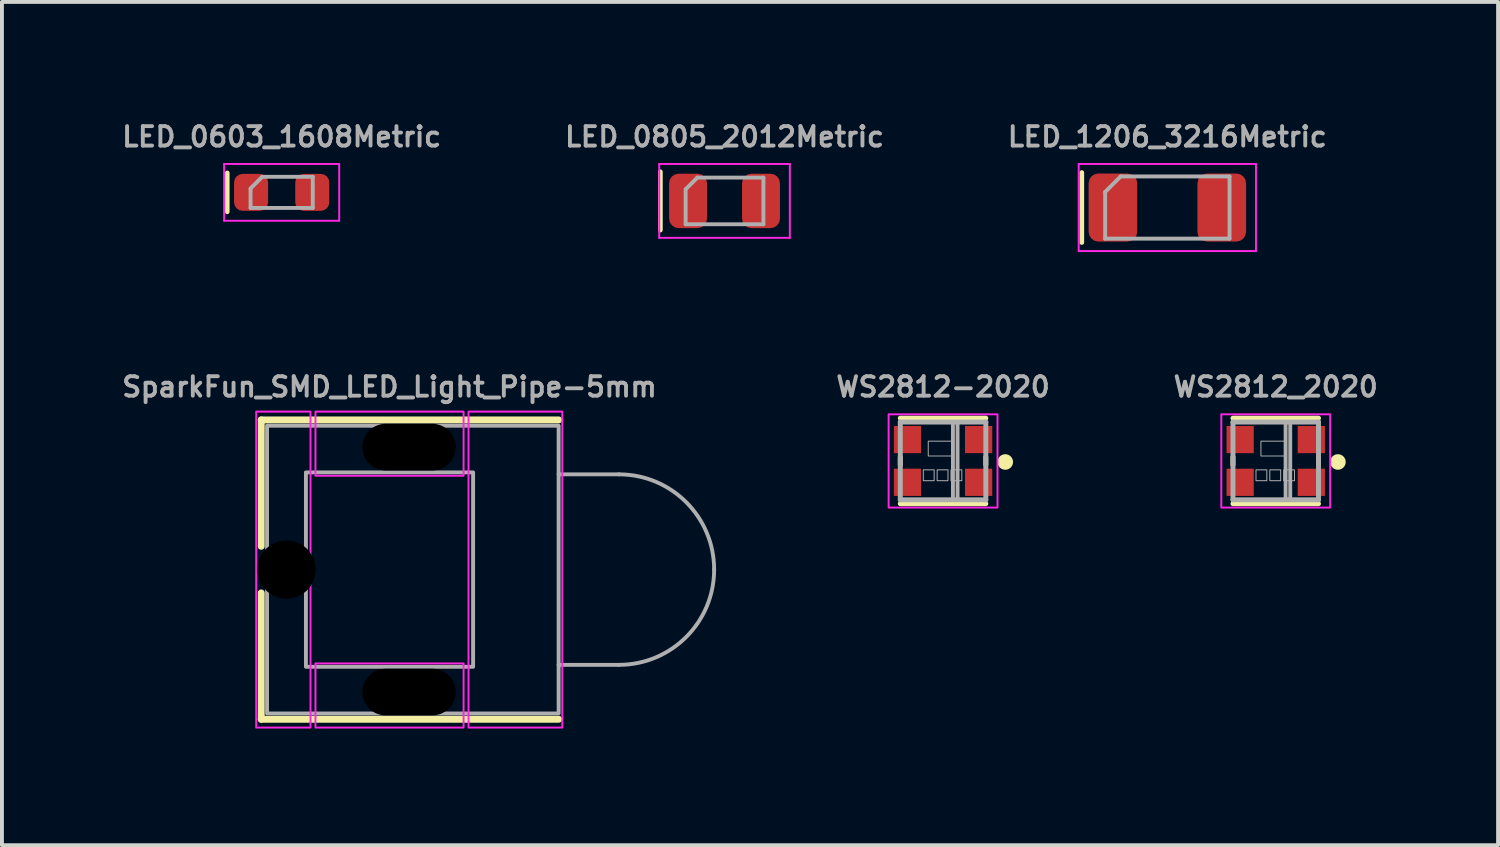
<source format=kicad_pcb>
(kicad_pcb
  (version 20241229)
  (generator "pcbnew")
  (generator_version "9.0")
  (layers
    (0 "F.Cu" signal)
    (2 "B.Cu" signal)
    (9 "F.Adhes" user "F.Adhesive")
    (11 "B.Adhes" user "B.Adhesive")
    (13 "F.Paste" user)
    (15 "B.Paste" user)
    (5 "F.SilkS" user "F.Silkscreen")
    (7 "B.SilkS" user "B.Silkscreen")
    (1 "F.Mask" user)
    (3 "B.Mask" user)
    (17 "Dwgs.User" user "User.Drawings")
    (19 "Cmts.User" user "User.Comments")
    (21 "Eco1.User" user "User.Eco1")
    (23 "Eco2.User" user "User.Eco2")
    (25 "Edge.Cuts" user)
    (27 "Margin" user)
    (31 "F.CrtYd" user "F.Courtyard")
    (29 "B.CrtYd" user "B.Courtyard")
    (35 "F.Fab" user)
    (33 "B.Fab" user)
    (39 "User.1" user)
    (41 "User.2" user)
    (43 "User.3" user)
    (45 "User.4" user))
  (footprint "LED_0603_1608Metric"
    (layer "F.Cu")
    (at 4.195 1.898)
    (property "Reference" "LED_0603_1608Metric" (at 0 -1.43 0) (layer "F.Fab") (effects (font (size 0.5 0.5) (thickness 0.1))))
    (attr smd)
    (fp_line (start -1.4 -0.5) (end -1.4 0.5) (stroke (width 0.12) (type solid)) (layer "F.SilkS"))
    (fp_line (start -1.48 -0.73) (end 1.48 -0.73) (stroke (width 0.05) (type solid)) (layer "F.CrtYd"))
    (fp_line (start -1.48 0.73) (end -1.48 -0.73) (stroke (width 0.05) (type solid)) (layer "F.CrtYd"))
    (fp_line (start 1.48 -0.73) (end 1.48 0.73) (stroke (width 0.05) (type solid)) (layer "F.CrtYd"))
    (fp_line (start 1.48 0.73) (end -1.48 0.73) (stroke (width 0.05) (type solid)) (layer "F.CrtYd"))
    (fp_line (start -0.8 -0.1) (end -0.8 0.4) (stroke (width 0.1) (type solid)) (layer "F.Fab"))
    (fp_line (start -0.8 0.4) (end 0.8 0.4) (stroke (width 0.1) (type solid)) (layer "F.Fab"))
    (fp_line (start -0.5 -0.4) (end -0.8 -0.1) (stroke (width 0.1) (type solid)) (layer "F.Fab"))
    (fp_line (start 0.8 -0.4) (end -0.5 -0.4) (stroke (width 0.1) (type solid)) (layer "F.Fab"))
    (fp_line (start 0.8 0.4) (end 0.8 -0.4) (stroke (width 0.1) (type solid)) (layer "F.Fab"))
    (pad "1" smd roundrect (at -0.787 0) (size 0.875 0.95) (layers "F.Cu" "F.Mask" "F.Paste") (roundrect_rratio 0.25))
    (pad "2" smd roundrect (at 0.787 0) (size 0.875 0.95) (layers "F.Cu" "F.Mask" "F.Paste") (roundrect_rratio 0.25)))
  (footprint "LED_0805_2012Metric"
    (layer "F.Cu")
    (at 15.586 2.118)
    (property "Reference" "LED_0805_2012Metric" (at 0 -1.65 0) (layer "F.Fab") (effects (font (size 0.5 0.5) (thickness 0.1))))
    (attr smd)
    (fp_line (start -1.65 -0.75) (end -1.65 0.75) (stroke (width 0.12) (type solid)) (layer "F.SilkS"))
    (fp_line (start -1.68 -0.95) (end 1.68 -0.95) (stroke (width 0.05) (type solid)) (layer "F.CrtYd"))
    (fp_line (start -1.68 0.95) (end -1.68 -0.95) (stroke (width 0.05) (type solid)) (layer "F.CrtYd"))
    (fp_line (start 1.68 -0.95) (end 1.68 0.95) (stroke (width 0.05) (type solid)) (layer "F.CrtYd"))
    (fp_line (start 1.68 0.95) (end -1.68 0.95) (stroke (width 0.05) (type solid)) (layer "F.CrtYd"))
    (fp_line (start -1 -0.3) (end -1 0.6) (stroke (width 0.1) (type solid)) (layer "F.Fab"))
    (fp_line (start -1 0.6) (end 1 0.6) (stroke (width 0.1) (type solid)) (layer "F.Fab"))
    (fp_line (start -0.7 -0.6) (end -1 -0.3) (stroke (width 0.1) (type solid)) (layer "F.Fab"))
    (fp_line (start 1 -0.6) (end -0.7 -0.6) (stroke (width 0.1) (type solid)) (layer "F.Fab"))
    (fp_line (start 1 0.6) (end 1 -0.6) (stroke (width 0.1) (type solid)) (layer "F.Fab"))
    (pad "1" smd roundrect (at -0.938 0) (size 0.975 1.4) (layers "F.Cu" "F.Mask" "F.Paste") (roundrect_rratio 0.25))
    (pad "2" smd roundrect (at 0.938 0) (size 0.975 1.4) (layers "F.Cu" "F.Mask" "F.Paste") (roundrect_rratio 0.25)))
  (footprint "LED_1206_3216Metric"
    (layer "F.Cu")
    (at 26.976 2.288)
    (property "Reference" "LED_1206_3216Metric" (at 0 -1.82 0) (layer "F.Fab") (effects (font (size 0.5 0.5) (thickness 0.1))))
    (attr smd)
    (fp_line (start -2.2 -0.9) (end -2.2 0.9) (stroke (width 0.12) (type solid)) (layer "F.SilkS"))
    (fp_line (start -2.28 -1.12) (end 2.28 -1.12) (stroke (width 0.05) (type solid)) (layer "F.CrtYd"))
    (fp_line (start -2.28 1.12) (end -2.28 -1.12) (stroke (width 0.05) (type solid)) (layer "F.CrtYd"))
    (fp_line (start 2.28 -1.12) (end 2.28 1.12) (stroke (width 0.05) (type solid)) (layer "F.CrtYd"))
    (fp_line (start 2.28 1.12) (end -2.28 1.12) (stroke (width 0.05) (type solid)) (layer "F.CrtYd"))
    (fp_line (start -1.6 -0.4) (end -1.6 0.8) (stroke (width 0.1) (type solid)) (layer "F.Fab"))
    (fp_line (start -1.6 0.8) (end 1.6 0.8) (stroke (width 0.1) (type solid)) (layer "F.Fab"))
    (fp_line (start -1.2 -0.8) (end -1.6 -0.4) (stroke (width 0.1) (type solid)) (layer "F.Fab"))
    (fp_line (start 1.6 -0.8) (end -1.2 -0.8) (stroke (width 0.1) (type solid)) (layer "F.Fab"))
    (fp_line (start 1.6 0.8) (end 1.6 -0.8) (stroke (width 0.1) (type solid)) (layer "F.Fab"))
    (pad "1" smd roundrect (at -1.4 0) (size 1.25 1.75) (layers "F.Cu" "F.Mask" "F.Paste") (roundrect_rratio 0.2))
    (pad "2" smd roundrect (at 1.4 0) (size 1.25 1.75) (layers "F.Cu" "F.Mask" "F.Paste") (roundrect_rratio 0.2)))
  (footprint "SparkFun_SMD_LED_Light_Pipe-5mm"
    (layer "F.Cu")
    (at 6.969 11.601)
    (property "Reference" "SparkFun_SMD_LED_Light_Pipe-5mm" (at 0 -4.7 0) (unlocked yes) (layer "F.Fab") (effects (font (size 0.5 0.5) (thickness 0.1))))
    (fp_line (start -3.3 -3.85) (end -3.3 -0.6) (stroke (width 0.178) (type default)) (layer "F.SilkS"))
    (fp_line (start -3.3 3.85) (end -3.3 0.6) (stroke (width 0.178) (type default)) (layer "F.SilkS"))
    (fp_line (start 4.35 -3.85) (end -3.3 -3.85) (stroke (width 0.178) (type default)) (layer "F.SilkS"))
    (fp_line (start 4.35 3.85) (end -3.3 3.85) (stroke (width 0.178) (type default)) (layer "F.SilkS"))
    (fp_rect (start -3.429 -4.064) (end -2.032 4.064) (stroke (width 0.05) (type default)) (fill no) (layer "F.CrtYd"))
    (fp_rect (start -1.905 -4.064) (end 1.905 -2.413) (stroke (width 0.05) (type default)) (fill no) (layer "F.CrtYd"))
    (fp_rect (start -1.905 2.413) (end 1.905 4.064) (stroke (width 0.05) (type default)) (fill no) (layer "F.CrtYd"))
    (fp_rect (start 2.032 -4.064) (end 4.445 4.064) (stroke (width 0.05) (type default)) (fill no) (layer "F.CrtYd"))
    (fp_line (start 5.9 -2.45) (end 4.35 -2.45) (stroke (width 0.1) (type default)) (layer "F.Fab"))
    (fp_line (start 5.9 2.45) (end 4.35 2.45) (stroke (width 0.1) (type default)) (layer "F.Fab"))
    (fp_arc (start 5.9 -2.450001) (mid 7.632412 -1.732412) (end 8.350001 0) (stroke (width 0.1) (type default)) (layer "F.Fab"))
    (fp_arc (start 8.350001 0) (mid 7.632412 1.732412) (end 5.9 2.450001) (stroke (width 0.1) (type default)) (layer "F.Fab"))
    (fp_poly (pts (xy -3.15 -3.7) (xy 4.35 -3.7) (xy 4.35 3.7) (xy -3.15 3.7)) (stroke (width 0.1) (type default)) (fill no) (layer "F.Fab"))
    (fp_poly (pts (xy -2.15 -2.5) (xy 2.15 -2.5) (xy 2.15 2.5) (xy -2.15 2.5)) (stroke (width 0.1) (type default)) (fill no) (layer "F.Fab"))
    (pad "" np_thru_hole circle (at -2.65 0) (size 1.5 1.5) (drill 1.5) (layers "*.Mask"))
    (pad "" np_thru_hole oval (at 0.5 -3.15) (size 2.4 1.2) (drill oval 2.4 1.2) (layers "*.Mask"))
    (pad "" np_thru_hole oval (at 0.5 3.15) (size 2.4 1.2) (drill oval 2.4 1.2) (layers "*.Mask")))
  (footprint "WS2812-2020"
    (layer "F.Cu")
    (at 21.207 8.806)
    (property "Reference" "WS2812-2020" (at 0 -1.905 0) (layer "F.Fab") (effects (font (size 0.5 0.5) (thickness 0.1) (bold yes))))
    (fp_line (start -1.1 -1.1) (end 1.1 -1.1) (stroke (width 0.127) (type solid)) (layer "F.SilkS"))
    (fp_line (start -1.1 0.1) (end -1.1 -0.1) (stroke (width 0.127) (type solid)) (layer "F.SilkS"))
    (fp_line (start 1.1 0.1) (end 1.1 -0.1) (stroke (width 0.127) (type solid)) (layer "F.SilkS"))
    (fp_line (start 1.1 1.1) (end -1.1 1.1) (stroke (width 0.127) (type solid)) (layer "F.SilkS"))
    (fp_circle (center 1.6 0.027) (end 1.6 0.127) (stroke (width 0.2) (type solid)) (fill yes) (layer "F.SilkS"))
    (fp_rect (start 1.4 -1.2) (end -1.4 1.2) (stroke (width 0.05) (type default)) (fill no) (layer "F.CrtYd"))
    (fp_line (start -1.1 -1) (end -1.1 1) (stroke (width 0.127) (type solid)) (layer "F.Fab"))
    (fp_line (start -1.1 1) (end 1.1 1) (stroke (width 0.127) (type solid)) (layer "F.Fab"))
    (fp_line (start 1.1 -1) (end -1.1 -1) (stroke (width 0.127) (type solid)) (layer "F.Fab"))
    (fp_line (start 1.1 1) (end 1.1 -1) (stroke (width 0.127) (type solid)) (layer "F.Fab"))
    (fp_rect (start -0.508 0.229) (end -0.229 0.508) (stroke (width 0.025) (type default)) (fill no) (layer "F.Fab"))
    (fp_rect (start -0.381 -0.508) (end 0.254 -0.127) (stroke (width 0.025) (type default)) (fill no) (layer "F.Fab"))
    (fp_rect (start -0.152 0.229) (end 0.127 0.508) (stroke (width 0.025) (type default)) (fill no) (layer "F.Fab"))
    (fp_rect (start 0.203 0.229) (end 0.483 0.508) (stroke (width 0.025) (type default)) (fill no) (layer "F.Fab"))
    (fp_poly (pts (xy 0.254 1) (xy 0.373 1) (xy 0.373 -1) (xy 0.254 -1)) (stroke (width 0.1) (type default)) (fill no) (layer "F.Fab"))
    (pad "1" smd rect (at 0.915 0.55) (size 0.7 0.7) (layers "F.Cu" "F.Mask" "F.Paste"))
    (pad "2" smd rect (at 0.915 -0.55) (size 0.7 0.7) (layers "F.Cu" "F.Mask" "F.Paste"))
    (pad "3" smd rect (at -0.915 -0.55) (size 0.7 0.7) (layers "F.Cu" "F.Mask" "F.Paste"))
    (pad "4" smd rect (at -0.915 0.55) (size 0.7 0.7) (layers "F.Cu" "F.Mask" "F.Paste")))
  (footprint "WS2812_2020"
    (layer "F.Cu")
    (at 29.764 8.806)
    (property "Reference" "WS2812_2020" (at 0 -1.905 0) (layer "F.Fab") (effects (font (size 0.5 0.5) (thickness 0.1) (bold yes))))
    (fp_line (start -1.1 -1.1) (end 1.1 -1.1) (stroke (width 0.127) (type solid)) (layer "F.SilkS"))
    (fp_line (start -1.1 0.1) (end -1.1 -0.1) (stroke (width 0.127) (type solid)) (layer "F.SilkS"))
    (fp_line (start 1.1 0.1) (end 1.1 -0.1) (stroke (width 0.127) (type solid)) (layer "F.SilkS"))
    (fp_line (start 1.1 1.1) (end -1.1 1.1) (stroke (width 0.127) (type solid)) (layer "F.SilkS"))
    (fp_circle (center 1.6 0.027) (end 1.6 0.127) (stroke (width 0.2) (type solid)) (fill yes) (layer "F.SilkS"))
    (fp_rect (start 1.4 -1.2) (end -1.4 1.2) (stroke (width 0.05) (type default)) (fill no) (layer "F.CrtYd"))
    (fp_line (start -1.1 -1) (end -1.1 1) (stroke (width 0.127) (type solid)) (layer "F.Fab"))
    (fp_line (start -1.1 1) (end 1.1 1) (stroke (width 0.127) (type solid)) (layer "F.Fab"))
    (fp_line (start 1.1 -1) (end -1.1 -1) (stroke (width 0.127) (type solid)) (layer "F.Fab"))
    (fp_line (start 1.1 1) (end 1.1 -1) (stroke (width 0.127) (type solid)) (layer "F.Fab"))
    (fp_rect (start -0.508 0.229) (end -0.229 0.508) (stroke (width 0.025) (type default)) (fill no) (layer "F.Fab"))
    (fp_rect (start -0.381 -0.508) (end 0.254 -0.127) (stroke (width 0.025) (type default)) (fill no) (layer "F.Fab"))
    (fp_rect (start -0.152 0.229) (end 0.127 0.508) (stroke (width 0.025) (type default)) (fill no) (layer "F.Fab"))
    (fp_rect (start 0.203 0.229) (end 0.483 0.508) (stroke (width 0.025) (type default)) (fill no) (layer "F.Fab"))
    (fp_poly (pts (xy 0.254 1) (xy 0.373 1) (xy 0.373 -1) (xy 0.254 -1)) (stroke (width 0.1) (type default)) (fill no) (layer "F.Fab"))
    (pad "1" smd rect (at 0.915 0.55) (size 0.7 0.7) (layers "F.Cu" "F.Mask" "F.Paste"))
    (pad "2" smd rect (at 0.915 -0.55) (size 0.7 0.7) (layers "F.Cu" "F.Mask" "F.Paste"))
    (pad "3" smd rect (at -0.915 -0.55) (size 0.7 0.7) (layers "F.Cu" "F.Mask" "F.Paste"))
    (pad "4" smd rect (at -0.915 0.55) (size 0.7 0.7) (layers "F.Cu" "F.Mask" "F.Paste")))
  (gr_rect
    (start -3 -3)
    (end 35.483 18.69)
    (stroke (width 0.1) (type default))
    (fill no)
    (layer "Edge.Cuts")))
</source>
